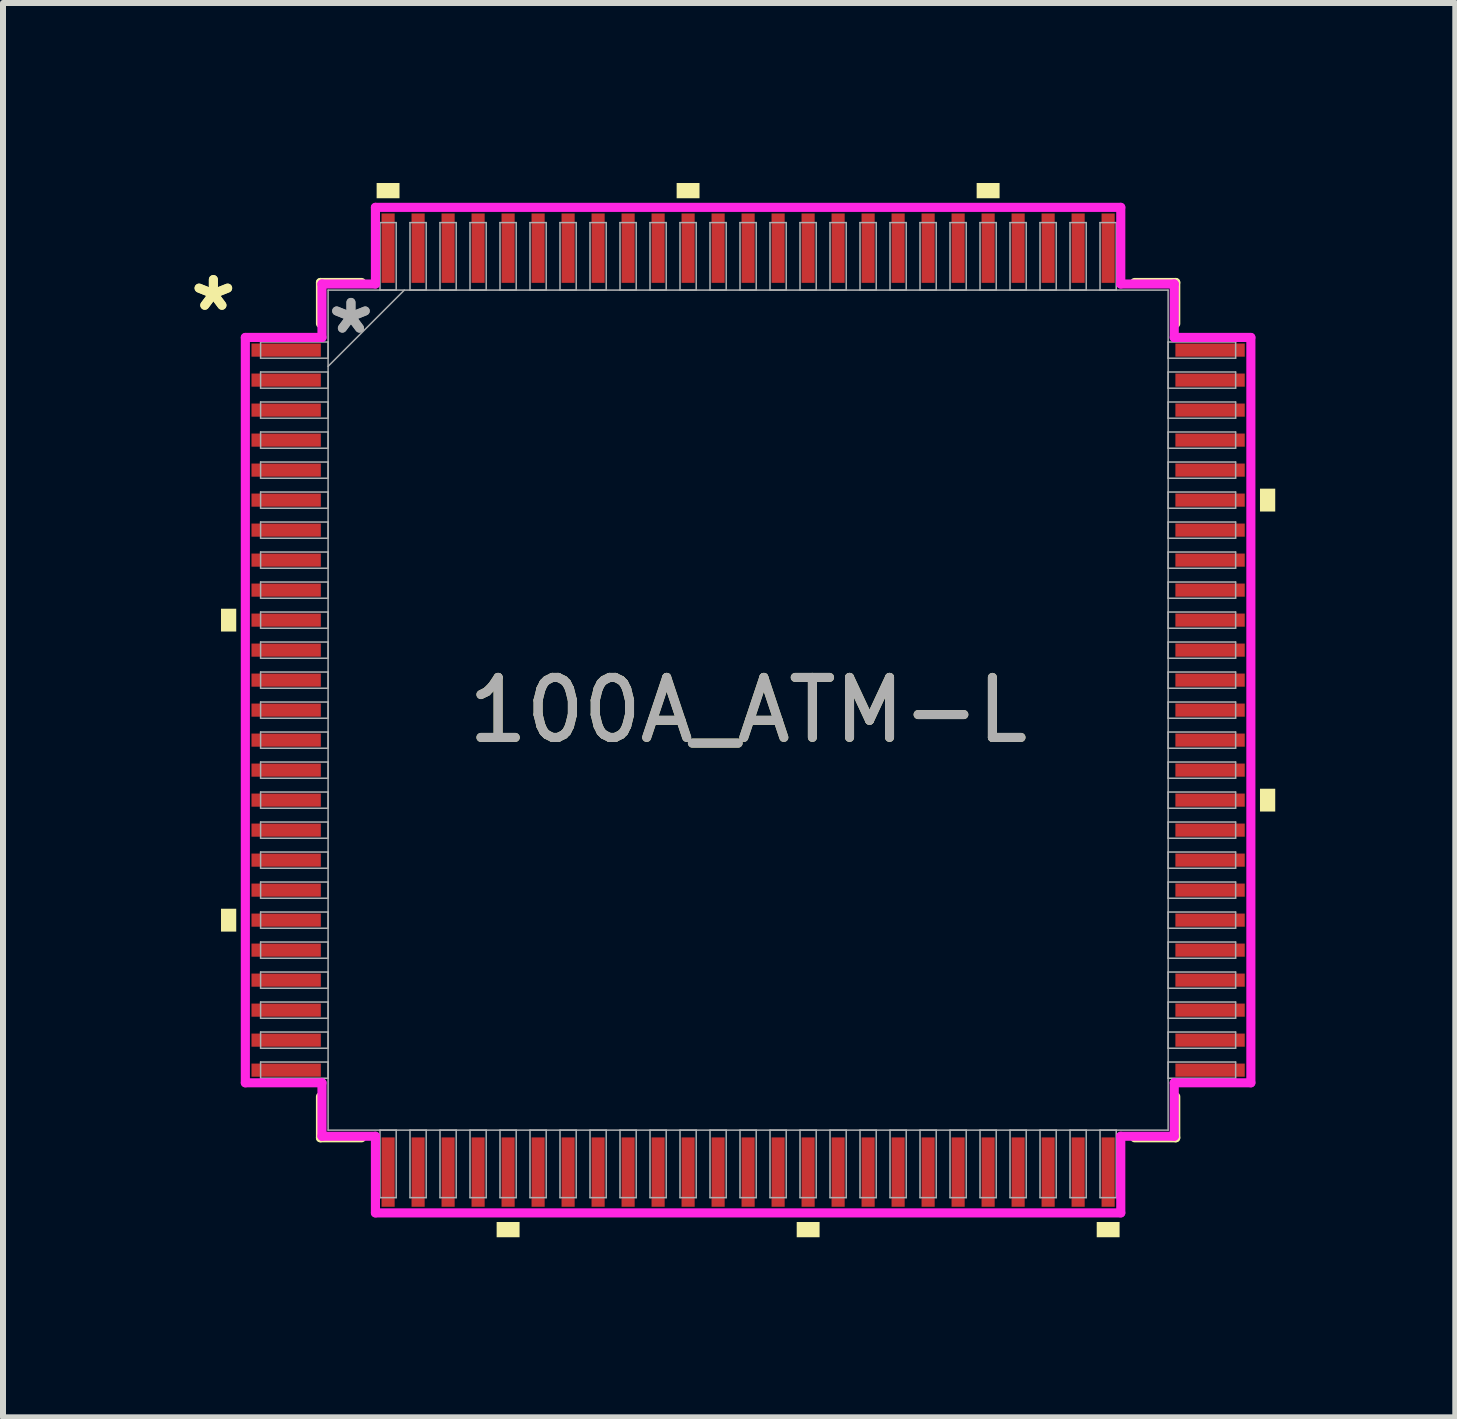
<source format=kicad_pcb>
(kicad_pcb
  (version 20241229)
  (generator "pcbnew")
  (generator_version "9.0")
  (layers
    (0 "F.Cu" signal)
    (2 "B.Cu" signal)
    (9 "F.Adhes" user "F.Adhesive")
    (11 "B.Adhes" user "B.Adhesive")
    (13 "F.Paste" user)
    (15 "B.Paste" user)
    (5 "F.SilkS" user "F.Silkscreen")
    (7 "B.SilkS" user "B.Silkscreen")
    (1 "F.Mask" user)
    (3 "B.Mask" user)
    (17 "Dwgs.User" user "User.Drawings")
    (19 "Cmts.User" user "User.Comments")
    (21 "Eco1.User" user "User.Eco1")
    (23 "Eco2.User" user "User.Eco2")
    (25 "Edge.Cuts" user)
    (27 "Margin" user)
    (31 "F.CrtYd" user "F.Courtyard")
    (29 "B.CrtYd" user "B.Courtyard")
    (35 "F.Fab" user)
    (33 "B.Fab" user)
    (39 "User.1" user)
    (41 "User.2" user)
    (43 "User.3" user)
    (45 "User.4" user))
  (footprint "100A_ATM-L"
    (layer "F.Cu")
    (at 9.418 8.785)
    (property "Reference" "100A_ATM-L" (at 0 0 0) (unlocked yes) (layer "F.SilkS") (effects (font (size 1 1) (thickness 0.15))))
    (attr smd)
    (fp_line (start -7.127 -7.127) (end -7.127 -6.442) (stroke (width 0.152) (type solid)) (layer "F.SilkS"))
    (fp_line (start -7.127 6.442) (end -7.127 7.127) (stroke (width 0.152) (type solid)) (layer "F.SilkS"))
    (fp_line (start -7.127 7.127) (end -6.442 7.127) (stroke (width 0.152) (type solid)) (layer "F.SilkS"))
    (fp_line (start -6.442 -7.127) (end -7.127 -7.127) (stroke (width 0.152) (type solid)) (layer "F.SilkS"))
    (fp_line (start 6.442 7.127) (end 7.127 7.127) (stroke (width 0.152) (type solid)) (layer "F.SilkS"))
    (fp_line (start 7.127 -7.127) (end 6.442 -7.127) (stroke (width 0.152) (type solid)) (layer "F.SilkS"))
    (fp_line (start 7.127 -6.442) (end 7.127 -7.127) (stroke (width 0.152) (type solid)) (layer "F.SilkS"))
    (fp_line (start 7.127 7.127) (end 7.127 6.442) (stroke (width 0.152) (type solid)) (layer "F.SilkS"))
    (fp_poly (pts (xy -8.785 -1.69) (xy -8.785 -1.31) (xy -8.531 -1.31) (xy -8.531 -1.69)) (stroke (width 0) (type solid)) (fill yes) (layer "F.SilkS"))
    (fp_poly (pts (xy -8.785 3.31) (xy -8.785 3.691) (xy -8.531 3.691) (xy -8.531 3.31)) (stroke (width 0) (type solid)) (fill yes) (layer "F.SilkS"))
    (fp_poly (pts (xy -6.191 -8.531) (xy -6.191 -8.785) (xy -5.81 -8.785) (xy -5.81 -8.531)) (stroke (width 0) (type solid)) (fill yes) (layer "F.SilkS"))
    (fp_poly (pts (xy -4.191 8.531) (xy -4.191 8.785) (xy -3.809 8.785) (xy -3.809 8.531)) (stroke (width 0) (type solid)) (fill yes) (layer "F.SilkS"))
    (fp_poly (pts (xy -1.191 -8.531) (xy -1.191 -8.785) (xy -0.81 -8.785) (xy -0.81 -8.531)) (stroke (width 0) (type solid)) (fill yes) (layer "F.SilkS"))
    (fp_poly (pts (xy 0.81 8.531) (xy 0.81 8.785) (xy 1.191 8.785) (xy 1.191 8.531)) (stroke (width 0) (type solid)) (fill yes) (layer "F.SilkS"))
    (fp_poly (pts (xy 3.809 -8.531) (xy 3.809 -8.785) (xy 4.191 -8.785) (xy 4.191 -8.531)) (stroke (width 0) (type solid)) (fill yes) (layer "F.SilkS"))
    (fp_poly (pts (xy 5.81 8.531) (xy 5.81 8.785) (xy 6.191 8.785) (xy 6.191 8.531)) (stroke (width 0) (type solid)) (fill yes) (layer "F.SilkS"))
    (fp_poly (pts (xy 8.785 -3.691) (xy 8.785 -3.31) (xy 8.531 -3.31) (xy 8.531 -3.691)) (stroke (width 0) (type solid)) (fill yes) (layer "F.SilkS"))
    (fp_poly (pts (xy 8.785 1.31) (xy 8.785 1.69) (xy 8.531 1.69) (xy 8.531 1.31)) (stroke (width 0) (type solid)) (fill yes) (layer "F.SilkS"))
    (fp_line (start -8.379 -6.211) (end -7.102 -6.211) (stroke (width 0.152) (type solid)) (layer "F.CrtYd"))
    (fp_line (start -8.379 6.211) (end -8.379 -6.211) (stroke (width 0.152) (type solid)) (layer "F.CrtYd"))
    (fp_line (start -7.102 -7.102) (end -6.211 -7.102) (stroke (width 0.152) (type solid)) (layer "F.CrtYd"))
    (fp_line (start -7.102 -6.211) (end -7.102 -7.102) (stroke (width 0.152) (type solid)) (layer "F.CrtYd"))
    (fp_line (start -7.102 6.211) (end -8.379 6.211) (stroke (width 0.152) (type solid)) (layer "F.CrtYd"))
    (fp_line (start -7.102 7.102) (end -7.102 6.211) (stroke (width 0.152) (type solid)) (layer "F.CrtYd"))
    (fp_line (start -7.102 7.102) (end -6.211 7.102) (stroke (width 0.152) (type solid)) (layer "F.CrtYd"))
    (fp_line (start -6.211 -8.379) (end 6.211 -8.379) (stroke (width 0.152) (type solid)) (layer "F.CrtYd"))
    (fp_line (start -6.211 -7.102) (end -6.211 -8.379) (stroke (width 0.152) (type solid)) (layer "F.CrtYd"))
    (fp_line (start -6.211 7.102) (end -6.211 8.379) (stroke (width 0.152) (type solid)) (layer "F.CrtYd"))
    (fp_line (start -6.211 8.379) (end 6.211 8.379) (stroke (width 0.152) (type solid)) (layer "F.CrtYd"))
    (fp_line (start 6.211 -8.379) (end 6.211 -7.102) (stroke (width 0.152) (type solid)) (layer "F.CrtYd"))
    (fp_line (start 6.211 -7.102) (end 7.102 -7.102) (stroke (width 0.152) (type solid)) (layer "F.CrtYd"))
    (fp_line (start 6.211 7.102) (end 7.102 7.102) (stroke (width 0.152) (type solid)) (layer "F.CrtYd"))
    (fp_line (start 6.211 8.379) (end 6.211 7.102) (stroke (width 0.152) (type solid)) (layer "F.CrtYd"))
    (fp_line (start 7.102 -6.211) (end 7.102 -7.102) (stroke (width 0.152) (type solid)) (layer "F.CrtYd"))
    (fp_line (start 7.102 6.211) (end 8.379 6.211) (stroke (width 0.152) (type solid)) (layer "F.CrtYd"))
    (fp_line (start 7.102 7.102) (end 7.102 6.211) (stroke (width 0.152) (type solid)) (layer "F.CrtYd"))
    (fp_line (start 8.379 -6.211) (end 7.102 -6.211) (stroke (width 0.152) (type solid)) (layer "F.CrtYd"))
    (fp_line (start 8.379 6.211) (end 8.379 -6.211) (stroke (width 0.152) (type solid)) (layer "F.CrtYd"))
    (fp_line (start -8.125 -6.135) (end -8.125 -5.865) (stroke (width 0.025) (type solid)) (layer "F.Fab"))
    (fp_line (start -8.125 -5.865) (end -7 -5.865) (stroke (width 0.025) (type solid)) (layer "F.Fab"))
    (fp_line (start -8.125 -5.635) (end -8.125 -5.365) (stroke (width 0.025) (type solid)) (layer "F.Fab"))
    (fp_line (start -8.125 -5.365) (end -7 -5.365) (stroke (width 0.025) (type solid)) (layer "F.Fab"))
    (fp_line (start -8.125 -5.135) (end -8.125 -4.865) (stroke (width 0.025) (type solid)) (layer "F.Fab"))
    (fp_line (start -8.125 -4.865) (end -7 -4.865) (stroke (width 0.025) (type solid)) (layer "F.Fab"))
    (fp_line (start -8.125 -4.635) (end -8.125 -4.365) (stroke (width 0.025) (type solid)) (layer "F.Fab"))
    (fp_line (start -8.125 -4.365) (end -7 -4.365) (stroke (width 0.025) (type solid)) (layer "F.Fab"))
    (fp_line (start -8.125 -4.135) (end -8.125 -3.865) (stroke (width 0.025) (type solid)) (layer "F.Fab"))
    (fp_line (start -8.125 -3.865) (end -7 -3.865) (stroke (width 0.025) (type solid)) (layer "F.Fab"))
    (fp_line (start -8.125 -3.635) (end -8.125 -3.365) (stroke (width 0.025) (type solid)) (layer "F.Fab"))
    (fp_line (start -8.125 -3.365) (end -7 -3.365) (stroke (width 0.025) (type solid)) (layer "F.Fab"))
    (fp_line (start -8.125 -3.135) (end -8.125 -2.865) (stroke (width 0.025) (type solid)) (layer "F.Fab"))
    (fp_line (start -8.125 -2.865) (end -7 -2.865) (stroke (width 0.025) (type solid)) (layer "F.Fab"))
    (fp_line (start -8.125 -2.635) (end -8.125 -2.365) (stroke (width 0.025) (type solid)) (layer "F.Fab"))
    (fp_line (start -8.125 -2.365) (end -7 -2.365) (stroke (width 0.025) (type solid)) (layer "F.Fab"))
    (fp_line (start -8.125 -2.135) (end -8.125 -1.865) (stroke (width 0.025) (type solid)) (layer "F.Fab"))
    (fp_line (start -8.125 -1.865) (end -7 -1.865) (stroke (width 0.025) (type solid)) (layer "F.Fab"))
    (fp_line (start -8.125 -1.635) (end -8.125 -1.365) (stroke (width 0.025) (type solid)) (layer "F.Fab"))
    (fp_line (start -8.125 -1.365) (end -7 -1.365) (stroke (width 0.025) (type solid)) (layer "F.Fab"))
    (fp_line (start -8.125 -1.135) (end -8.125 -0.865) (stroke (width 0.025) (type solid)) (layer "F.Fab"))
    (fp_line (start -8.125 -0.865) (end -7 -0.865) (stroke (width 0.025) (type solid)) (layer "F.Fab"))
    (fp_line (start -8.125 -0.635) (end -8.125 -0.365) (stroke (width 0.025) (type solid)) (layer "F.Fab"))
    (fp_line (start -8.125 -0.365) (end -7 -0.365) (stroke (width 0.025) (type solid)) (layer "F.Fab"))
    (fp_line (start -8.125 -0.135) (end -8.125 0.135) (stroke (width 0.025) (type solid)) (layer "F.Fab"))
    (fp_line (start -8.125 0.135) (end -7 0.135) (stroke (width 0.025) (type solid)) (layer "F.Fab"))
    (fp_line (start -8.125 0.365) (end -8.125 0.635) (stroke (width 0.025) (type solid)) (layer "F.Fab"))
    (fp_line (start -8.125 0.635) (end -7 0.635) (stroke (width 0.025) (type solid)) (layer "F.Fab"))
    (fp_line (start -8.125 0.865) (end -8.125 1.135) (stroke (width 0.025) (type solid)) (layer "F.Fab"))
    (fp_line (start -8.125 1.135) (end -7 1.135) (stroke (width 0.025) (type solid)) (layer "F.Fab"))
    (fp_line (start -8.125 1.365) (end -8.125 1.635) (stroke (width 0.025) (type solid)) (layer "F.Fab"))
    (fp_line (start -8.125 1.635) (end -7 1.635) (stroke (width 0.025) (type solid)) (layer "F.Fab"))
    (fp_line (start -8.125 1.865) (end -8.125 2.135) (stroke (width 0.025) (type solid)) (layer "F.Fab"))
    (fp_line (start -8.125 2.135) (end -7 2.135) (stroke (width 0.025) (type solid)) (layer "F.Fab"))
    (fp_line (start -8.125 2.365) (end -8.125 2.635) (stroke (width 0.025) (type solid)) (layer "F.Fab"))
    (fp_line (start -8.125 2.635) (end -7 2.635) (stroke (width 0.025) (type solid)) (layer "F.Fab"))
    (fp_line (start -8.125 2.865) (end -8.125 3.135) (stroke (width 0.025) (type solid)) (layer "F.Fab"))
    (fp_line (start -8.125 3.135) (end -7 3.135) (stroke (width 0.025) (type solid)) (layer "F.Fab"))
    (fp_line (start -8.125 3.365) (end -8.125 3.635) (stroke (width 0.025) (type solid)) (layer "F.Fab"))
    (fp_line (start -8.125 3.635) (end -7 3.635) (stroke (width 0.025) (type solid)) (layer "F.Fab"))
    (fp_line (start -8.125 3.865) (end -8.125 4.135) (stroke (width 0.025) (type solid)) (layer "F.Fab"))
    (fp_line (start -8.125 4.135) (end -7 4.135) (stroke (width 0.025) (type solid)) (layer "F.Fab"))
    (fp_line (start -8.125 4.365) (end -8.125 4.635) (stroke (width 0.025) (type solid)) (layer "F.Fab"))
    (fp_line (start -8.125 4.635) (end -7 4.635) (stroke (width 0.025) (type solid)) (layer "F.Fab"))
    (fp_line (start -8.125 4.865) (end -8.125 5.135) (stroke (width 0.025) (type solid)) (layer "F.Fab"))
    (fp_line (start -8.125 5.135) (end -7 5.135) (stroke (width 0.025) (type solid)) (layer "F.Fab"))
    (fp_line (start -8.125 5.365) (end -8.125 5.635) (stroke (width 0.025) (type solid)) (layer "F.Fab"))
    (fp_line (start -8.125 5.635) (end -7 5.635) (stroke (width 0.025) (type solid)) (layer "F.Fab"))
    (fp_line (start -8.125 5.865) (end -8.125 6.135) (stroke (width 0.025) (type solid)) (layer "F.Fab"))
    (fp_line (start -8.125 6.135) (end -7 6.135) (stroke (width 0.025) (type solid)) (layer "F.Fab"))
    (fp_line (start -7 -7) (end -7 7) (stroke (width 0.025) (type solid)) (layer "F.Fab"))
    (fp_line (start -7 -6.135) (end -8.125 -6.135) (stroke (width 0.025) (type solid)) (layer "F.Fab"))
    (fp_line (start -7 -5.865) (end -7 -6.135) (stroke (width 0.025) (type solid)) (layer "F.Fab"))
    (fp_line (start -7 -5.73) (end -5.73 -7) (stroke (width 0.025) (type solid)) (layer "F.Fab"))
    (fp_line (start -7 -5.635) (end -8.125 -5.635) (stroke (width 0.025) (type solid)) (layer "F.Fab"))
    (fp_line (start -7 -5.365) (end -7 -5.635) (stroke (width 0.025) (type solid)) (layer "F.Fab"))
    (fp_line (start -7 -5.135) (end -8.125 -5.135) (stroke (width 0.025) (type solid)) (layer "F.Fab"))
    (fp_line (start -7 -4.865) (end -7 -5.135) (stroke (width 0.025) (type solid)) (layer "F.Fab"))
    (fp_line (start -7 -4.635) (end -8.125 -4.635) (stroke (width 0.025) (type solid)) (layer "F.Fab"))
    (fp_line (start -7 -4.365) (end -7 -4.635) (stroke (width 0.025) (type solid)) (layer "F.Fab"))
    (fp_line (start -7 -4.135) (end -8.125 -4.135) (stroke (width 0.025) (type solid)) (layer "F.Fab"))
    (fp_line (start -7 -3.865) (end -7 -4.135) (stroke (width 0.025) (type solid)) (layer "F.Fab"))
    (fp_line (start -7 -3.635) (end -8.125 -3.635) (stroke (width 0.025) (type solid)) (layer "F.Fab"))
    (fp_line (start -7 -3.365) (end -7 -3.635) (stroke (width 0.025) (type solid)) (layer "F.Fab"))
    (fp_line (start -7 -3.135) (end -8.125 -3.135) (stroke (width 0.025) (type solid)) (layer "F.Fab"))
    (fp_line (start -7 -2.865) (end -7 -3.135) (stroke (width 0.025) (type solid)) (layer "F.Fab"))
    (fp_line (start -7 -2.635) (end -8.125 -2.635) (stroke (width 0.025) (type solid)) (layer "F.Fab"))
    (fp_line (start -7 -2.365) (end -7 -2.635) (stroke (width 0.025) (type solid)) (layer "F.Fab"))
    (fp_line (start -7 -2.135) (end -8.125 -2.135) (stroke (width 0.025) (type solid)) (layer "F.Fab"))
    (fp_line (start -7 -1.865) (end -7 -2.135) (stroke (width 0.025) (type solid)) (layer "F.Fab"))
    (fp_line (start -7 -1.635) (end -8.125 -1.635) (stroke (width 0.025) (type solid)) (layer "F.Fab"))
    (fp_line (start -7 -1.365) (end -7 -1.635) (stroke (width 0.025) (type solid)) (layer "F.Fab"))
    (fp_line (start -7 -1.135) (end -8.125 -1.135) (stroke (width 0.025) (type solid)) (layer "F.Fab"))
    (fp_line (start -7 -0.865) (end -7 -1.135) (stroke (width 0.025) (type solid)) (layer "F.Fab"))
    (fp_line (start -7 -0.635) (end -8.125 -0.635) (stroke (width 0.025) (type solid)) (layer "F.Fab"))
    (fp_line (start -7 -0.365) (end -7 -0.635) (stroke (width 0.025) (type solid)) (layer "F.Fab"))
    (fp_line (start -7 -0.135) (end -8.125 -0.135) (stroke (width 0.025) (type solid)) (layer "F.Fab"))
    (fp_line (start -7 0.135) (end -7 -0.135) (stroke (width 0.025) (type solid)) (layer "F.Fab"))
    (fp_line (start -7 0.365) (end -8.125 0.365) (stroke (width 0.025) (type solid)) (layer "F.Fab"))
    (fp_line (start -7 0.635) (end -7 0.365) (stroke (width 0.025) (type solid)) (layer "F.Fab"))
    (fp_line (start -7 0.865) (end -8.125 0.865) (stroke (width 0.025) (type solid)) (layer "F.Fab"))
    (fp_line (start -7 1.135) (end -7 0.865) (stroke (width 0.025) (type solid)) (layer "F.Fab"))
    (fp_line (start -7 1.365) (end -8.125 1.365) (stroke (width 0.025) (type solid)) (layer "F.Fab"))
    (fp_line (start -7 1.635) (end -7 1.365) (stroke (width 0.025) (type solid)) (layer "F.Fab"))
    (fp_line (start -7 1.865) (end -8.125 1.865) (stroke (width 0.025) (type solid)) (layer "F.Fab"))
    (fp_line (start -7 2.135) (end -7 1.865) (stroke (width 0.025) (type solid)) (layer "F.Fab"))
    (fp_line (start -7 2.365) (end -8.125 2.365) (stroke (width 0.025) (type solid)) (layer "F.Fab"))
    (fp_line (start -7 2.635) (end -7 2.365) (stroke (width 0.025) (type solid)) (layer "F.Fab"))
    (fp_line (start -7 2.865) (end -8.125 2.865) (stroke (width 0.025) (type solid)) (layer "F.Fab"))
    (fp_line (start -7 3.135) (end -7 2.865) (stroke (width 0.025) (type solid)) (layer "F.Fab"))
    (fp_line (start -7 3.365) (end -8.125 3.365) (stroke (width 0.025) (type solid)) (layer "F.Fab"))
    (fp_line (start -7 3.635) (end -7 3.365) (stroke (width 0.025) (type solid)) (layer "F.Fab"))
    (fp_line (start -7 3.865) (end -8.125 3.865) (stroke (width 0.025) (type solid)) (layer "F.Fab"))
    (fp_line (start -7 4.135) (end -7 3.865) (stroke (width 0.025) (type solid)) (layer "F.Fab"))
    (fp_line (start -7 4.365) (end -8.125 4.365) (stroke (width 0.025) (type solid)) (layer "F.Fab"))
    (fp_line (start -7 4.635) (end -7 4.365) (stroke (width 0.025) (type solid)) (layer "F.Fab"))
    (fp_line (start -7 4.865) (end -8.125 4.865) (stroke (width 0.025) (type solid)) (layer "F.Fab"))
    (fp_line (start -7 5.135) (end -7 4.865) (stroke (width 0.025) (type solid)) (layer "F.Fab"))
    (fp_line (start -7 5.365) (end -8.125 5.365) (stroke (width 0.025) (type solid)) (layer "F.Fab"))
    (fp_line (start -7 5.635) (end -7 5.365) (stroke (width 0.025) (type solid)) (layer "F.Fab"))
    (fp_line (start -7 5.865) (end -8.125 5.865) (stroke (width 0.025) (type solid)) (layer "F.Fab"))
    (fp_line (start -7 6.135) (end -7 5.865) (stroke (width 0.025) (type solid)) (layer "F.Fab"))
    (fp_line (start -7 7) (end 7 7) (stroke (width 0.025) (type solid)) (layer "F.Fab"))
    (fp_line (start -6.135 -8.125) (end -6.135 -7) (stroke (width 0.025) (type solid)) (layer "F.Fab"))
    (fp_line (start -6.135 -7) (end -5.865 -7) (stroke (width 0.025) (type solid)) (layer "F.Fab"))
    (fp_line (start -6.135 7) (end -6.135 8.125) (stroke (width 0.025) (type solid)) (layer "F.Fab"))
    (fp_line (start -6.135 8.125) (end -5.865 8.125) (stroke (width 0.025) (type solid)) (layer "F.Fab"))
    (fp_line (start -5.865 -8.125) (end -6.135 -8.125) (stroke (width 0.025) (type solid)) (layer "F.Fab"))
    (fp_line (start -5.865 -7) (end -5.865 -8.125) (stroke (width 0.025) (type solid)) (layer "F.Fab"))
    (fp_line (start -5.865 7) (end -6.135 7) (stroke (width 0.025) (type solid)) (layer "F.Fab"))
    (fp_line (start -5.865 8.125) (end -5.865 7) (stroke (width 0.025) (type solid)) (layer "F.Fab"))
    (fp_line (start -5.635 -8.125) (end -5.635 -7) (stroke (width 0.025) (type solid)) (layer "F.Fab"))
    (fp_line (start -5.635 -7) (end -5.365 -7) (stroke (width 0.025) (type solid)) (layer "F.Fab"))
    (fp_line (start -5.635 7) (end -5.635 8.125) (stroke (width 0.025) (type solid)) (layer "F.Fab"))
    (fp_line (start -5.635 8.125) (end -5.365 8.125) (stroke (width 0.025) (type solid)) (layer "F.Fab"))
    (fp_line (start -5.365 -8.125) (end -5.635 -8.125) (stroke (width 0.025) (type solid)) (layer "F.Fab"))
    (fp_line (start -5.365 -7) (end -5.365 -8.125) (stroke (width 0.025) (type solid)) (layer "F.Fab"))
    (fp_line (start -5.365 7) (end -5.635 7) (stroke (width 0.025) (type solid)) (layer "F.Fab"))
    (fp_line (start -5.365 8.125) (end -5.365 7) (stroke (width 0.025) (type solid)) (layer "F.Fab"))
    (fp_line (start -5.135 -8.125) (end -5.135 -7) (stroke (width 0.025) (type solid)) (layer "F.Fab"))
    (fp_line (start -5.135 -7) (end -4.865 -7) (stroke (width 0.025) (type solid)) (layer "F.Fab"))
    (fp_line (start -5.135 7) (end -5.135 8.125) (stroke (width 0.025) (type solid)) (layer "F.Fab"))
    (fp_line (start -5.135 8.125) (end -4.865 8.125) (stroke (width 0.025) (type solid)) (layer "F.Fab"))
    (fp_line (start -4.865 -8.125) (end -5.135 -8.125) (stroke (width 0.025) (type solid)) (layer "F.Fab"))
    (fp_line (start -4.865 -7) (end -4.865 -8.125) (stroke (width 0.025) (type solid)) (layer "F.Fab"))
    (fp_line (start -4.865 7) (end -5.135 7) (stroke (width 0.025) (type solid)) (layer "F.Fab"))
    (fp_line (start -4.865 8.125) (end -4.865 7) (stroke (width 0.025) (type solid)) (layer "F.Fab"))
    (fp_line (start -4.635 -8.125) (end -4.635 -7) (stroke (width 0.025) (type solid)) (layer "F.Fab"))
    (fp_line (start -4.635 -7) (end -4.365 -7) (stroke (width 0.025) (type solid)) (layer "F.Fab"))
    (fp_line (start -4.635 7) (end -4.635 8.125) (stroke (width 0.025) (type solid)) (layer "F.Fab"))
    (fp_line (start -4.635 8.125) (end -4.365 8.125) (stroke (width 0.025) (type solid)) (layer "F.Fab"))
    (fp_line (start -4.365 -8.125) (end -4.635 -8.125) (stroke (width 0.025) (type solid)) (layer "F.Fab"))
    (fp_line (start -4.365 -7) (end -4.365 -8.125) (stroke (width 0.025) (type solid)) (layer "F.Fab"))
    (fp_line (start -4.365 7) (end -4.635 7) (stroke (width 0.025) (type solid)) (layer "F.Fab"))
    (fp_line (start -4.365 8.125) (end -4.365 7) (stroke (width 0.025) (type solid)) (layer "F.Fab"))
    (fp_line (start -4.135 -8.125) (end -4.135 -7) (stroke (width 0.025) (type solid)) (layer "F.Fab"))
    (fp_line (start -4.135 -7) (end -3.865 -7) (stroke (width 0.025) (type solid)) (layer "F.Fab"))
    (fp_line (start -4.135 7) (end -4.135 8.125) (stroke (width 0.025) (type solid)) (layer "F.Fab"))
    (fp_line (start -4.135 8.125) (end -3.865 8.125) (stroke (width 0.025) (type solid)) (layer "F.Fab"))
    (fp_line (start -3.865 -8.125) (end -4.135 -8.125) (stroke (width 0.025) (type solid)) (layer "F.Fab"))
    (fp_line (start -3.865 -7) (end -3.865 -8.125) (stroke (width 0.025) (type solid)) (layer "F.Fab"))
    (fp_line (start -3.865 7) (end -4.135 7) (stroke (width 0.025) (type solid)) (layer "F.Fab"))
    (fp_line (start -3.865 8.125) (end -3.865 7) (stroke (width 0.025) (type solid)) (layer "F.Fab"))
    (fp_line (start -3.635 -8.125) (end -3.635 -7) (stroke (width 0.025) (type solid)) (layer "F.Fab"))
    (fp_line (start -3.635 -7) (end -3.365 -7) (stroke (width 0.025) (type solid)) (layer "F.Fab"))
    (fp_line (start -3.635 7) (end -3.635 8.125) (stroke (width 0.025) (type solid)) (layer "F.Fab"))
    (fp_line (start -3.635 8.125) (end -3.365 8.125) (stroke (width 0.025) (type solid)) (layer "F.Fab"))
    (fp_line (start -3.365 -8.125) (end -3.635 -8.125) (stroke (width 0.025) (type solid)) (layer "F.Fab"))
    (fp_line (start -3.365 -7) (end -3.365 -8.125) (stroke (width 0.025) (type solid)) (layer "F.Fab"))
    (fp_line (start -3.365 7) (end -3.635 7) (stroke (width 0.025) (type solid)) (layer "F.Fab"))
    (fp_line (start -3.365 8.125) (end -3.365 7) (stroke (width 0.025) (type solid)) (layer "F.Fab"))
    (fp_line (start -3.135 -8.125) (end -3.135 -7) (stroke (width 0.025) (type solid)) (layer "F.Fab"))
    (fp_line (start -3.135 -7) (end -2.865 -7) (stroke (width 0.025) (type solid)) (layer "F.Fab"))
    (fp_line (start -3.135 7) (end -3.135 8.125) (stroke (width 0.025) (type solid)) (layer "F.Fab"))
    (fp_line (start -3.135 8.125) (end -2.865 8.125) (stroke (width 0.025) (type solid)) (layer "F.Fab"))
    (fp_line (start -2.865 -8.125) (end -3.135 -8.125) (stroke (width 0.025) (type solid)) (layer "F.Fab"))
    (fp_line (start -2.865 -7) (end -2.865 -8.125) (stroke (width 0.025) (type solid)) (layer "F.Fab"))
    (fp_line (start -2.865 7) (end -3.135 7) (stroke (width 0.025) (type solid)) (layer "F.Fab"))
    (fp_line (start -2.865 8.125) (end -2.865 7) (stroke (width 0.025) (type solid)) (layer "F.Fab"))
    (fp_line (start -2.635 -8.125) (end -2.635 -7) (stroke (width 0.025) (type solid)) (layer "F.Fab"))
    (fp_line (start -2.635 -7) (end -2.365 -7) (stroke (width 0.025) (type solid)) (layer "F.Fab"))
    (fp_line (start -2.635 7) (end -2.635 8.125) (stroke (width 0.025) (type solid)) (layer "F.Fab"))
    (fp_line (start -2.635 8.125) (end -2.365 8.125) (stroke (width 0.025) (type solid)) (layer "F.Fab"))
    (fp_line (start -2.365 -8.125) (end -2.635 -8.125) (stroke (width 0.025) (type solid)) (layer "F.Fab"))
    (fp_line (start -2.365 -7) (end -2.365 -8.125) (stroke (width 0.025) (type solid)) (layer "F.Fab"))
    (fp_line (start -2.365 7) (end -2.635 7) (stroke (width 0.025) (type solid)) (layer "F.Fab"))
    (fp_line (start -2.365 8.125) (end -2.365 7) (stroke (width 0.025) (type solid)) (layer "F.Fab"))
    (fp_line (start -2.135 -8.125) (end -2.135 -7) (stroke (width 0.025) (type solid)) (layer "F.Fab"))
    (fp_line (start -2.135 -7) (end -1.865 -7) (stroke (width 0.025) (type solid)) (layer "F.Fab"))
    (fp_line (start -2.135 7) (end -2.135 8.125) (stroke (width 0.025) (type solid)) (layer "F.Fab"))
    (fp_line (start -2.135 8.125) (end -1.865 8.125) (stroke (width 0.025) (type solid)) (layer "F.Fab"))
    (fp_line (start -1.865 -8.125) (end -2.135 -8.125) (stroke (width 0.025) (type solid)) (layer "F.Fab"))
    (fp_line (start -1.865 -7) (end -1.865 -8.125) (stroke (width 0.025) (type solid)) (layer "F.Fab"))
    (fp_line (start -1.865 7) (end -2.135 7) (stroke (width 0.025) (type solid)) (layer "F.Fab"))
    (fp_line (start -1.865 8.125) (end -1.865 7) (stroke (width 0.025) (type solid)) (layer "F.Fab"))
    (fp_line (start -1.635 -8.125) (end -1.635 -7) (stroke (width 0.025) (type solid)) (layer "F.Fab"))
    (fp_line (start -1.635 -7) (end -1.365 -7) (stroke (width 0.025) (type solid)) (layer "F.Fab"))
    (fp_line (start -1.635 7) (end -1.635 8.125) (stroke (width 0.025) (type solid)) (layer "F.Fab"))
    (fp_line (start -1.635 8.125) (end -1.365 8.125) (stroke (width 0.025) (type solid)) (layer "F.Fab"))
    (fp_line (start -1.365 -8.125) (end -1.635 -8.125) (stroke (width 0.025) (type solid)) (layer "F.Fab"))
    (fp_line (start -1.365 -7) (end -1.365 -8.125) (stroke (width 0.025) (type solid)) (layer "F.Fab"))
    (fp_line (start -1.365 7) (end -1.635 7) (stroke (width 0.025) (type solid)) (layer "F.Fab"))
    (fp_line (start -1.365 8.125) (end -1.365 7) (stroke (width 0.025) (type solid)) (layer "F.Fab"))
    (fp_line (start -1.135 -8.125) (end -1.135 -7) (stroke (width 0.025) (type solid)) (layer "F.Fab"))
    (fp_line (start -1.135 -7) (end -0.865 -7) (stroke (width 0.025) (type solid)) (layer "F.Fab"))
    (fp_line (start -1.135 7) (end -1.135 8.125) (stroke (width 0.025) (type solid)) (layer "F.Fab"))
    (fp_line (start -1.135 8.125) (end -0.865 8.125) (stroke (width 0.025) (type solid)) (layer "F.Fab"))
    (fp_line (start -0.865 -8.125) (end -1.135 -8.125) (stroke (width 0.025) (type solid)) (layer "F.Fab"))
    (fp_line (start -0.865 -7) (end -0.865 -8.125) (stroke (width 0.025) (type solid)) (layer "F.Fab"))
    (fp_line (start -0.865 7) (end -1.135 7) (stroke (width 0.025) (type solid)) (layer "F.Fab"))
    (fp_line (start -0.865 8.125) (end -0.865 7) (stroke (width 0.025) (type solid)) (layer "F.Fab"))
    (fp_line (start -0.635 -8.125) (end -0.635 -7) (stroke (width 0.025) (type solid)) (layer "F.Fab"))
    (fp_line (start -0.635 -7) (end -0.365 -7) (stroke (width 0.025) (type solid)) (layer "F.Fab"))
    (fp_line (start -0.635 7) (end -0.635 8.125) (stroke (width 0.025) (type solid)) (layer "F.Fab"))
    (fp_line (start -0.635 8.125) (end -0.365 8.125) (stroke (width 0.025) (type solid)) (layer "F.Fab"))
    (fp_line (start -0.365 -8.125) (end -0.635 -8.125) (stroke (width 0.025) (type solid)) (layer "F.Fab"))
    (fp_line (start -0.365 -7) (end -0.365 -8.125) (stroke (width 0.025) (type solid)) (layer "F.Fab"))
    (fp_line (start -0.365 7) (end -0.635 7) (stroke (width 0.025) (type solid)) (layer "F.Fab"))
    (fp_line (start -0.365 8.125) (end -0.365 7) (stroke (width 0.025) (type solid)) (layer "F.Fab"))
    (fp_line (start -0.135 -8.125) (end -0.135 -7) (stroke (width 0.025) (type solid)) (layer "F.Fab"))
    (fp_line (start -0.135 -7) (end 0.135 -7) (stroke (width 0.025) (type solid)) (layer "F.Fab"))
    (fp_line (start -0.135 7) (end -0.135 8.125) (stroke (width 0.025) (type solid)) (layer "F.Fab"))
    (fp_line (start -0.135 8.125) (end 0.135 8.125) (stroke (width 0.025) (type solid)) (layer "F.Fab"))
    (fp_line (start 0.135 -8.125) (end -0.135 -8.125) (stroke (width 0.025) (type solid)) (layer "F.Fab"))
    (fp_line (start 0.135 -7) (end 0.135 -8.125) (stroke (width 0.025) (type solid)) (layer "F.Fab"))
    (fp_line (start 0.135 7) (end -0.135 7) (stroke (width 0.025) (type solid)) (layer "F.Fab"))
    (fp_line (start 0.135 8.125) (end 0.135 7) (stroke (width 0.025) (type solid)) (layer "F.Fab"))
    (fp_line (start 0.365 -8.125) (end 0.365 -7) (stroke (width 0.025) (type solid)) (layer "F.Fab"))
    (fp_line (start 0.365 -7) (end 0.635 -7) (stroke (width 0.025) (type solid)) (layer "F.Fab"))
    (fp_line (start 0.365 7) (end 0.365 8.125) (stroke (width 0.025) (type solid)) (layer "F.Fab"))
    (fp_line (start 0.365 8.125) (end 0.635 8.125) (stroke (width 0.025) (type solid)) (layer "F.Fab"))
    (fp_line (start 0.635 -8.125) (end 0.365 -8.125) (stroke (width 0.025) (type solid)) (layer "F.Fab"))
    (fp_line (start 0.635 -7) (end 0.635 -8.125) (stroke (width 0.025) (type solid)) (layer "F.Fab"))
    (fp_line (start 0.635 7) (end 0.365 7) (stroke (width 0.025) (type solid)) (layer "F.Fab"))
    (fp_line (start 0.635 8.125) (end 0.635 7) (stroke (width 0.025) (type solid)) (layer "F.Fab"))
    (fp_line (start 0.865 -8.125) (end 0.865 -7) (stroke (width 0.025) (type solid)) (layer "F.Fab"))
    (fp_line (start 0.865 -7) (end 1.135 -7) (stroke (width 0.025) (type solid)) (layer "F.Fab"))
    (fp_line (start 0.865 7) (end 0.865 8.125) (stroke (width 0.025) (type solid)) (layer "F.Fab"))
    (fp_line (start 0.865 8.125) (end 1.135 8.125) (stroke (width 0.025) (type solid)) (layer "F.Fab"))
    (fp_line (start 1.135 -8.125) (end 0.865 -8.125) (stroke (width 0.025) (type solid)) (layer "F.Fab"))
    (fp_line (start 1.135 -7) (end 1.135 -8.125) (stroke (width 0.025) (type solid)) (layer "F.Fab"))
    (fp_line (start 1.135 7) (end 0.865 7) (stroke (width 0.025) (type solid)) (layer "F.Fab"))
    (fp_line (start 1.135 8.125) (end 1.135 7) (stroke (width 0.025) (type solid)) (layer "F.Fab"))
    (fp_line (start 1.365 -8.125) (end 1.365 -7) (stroke (width 0.025) (type solid)) (layer "F.Fab"))
    (fp_line (start 1.365 -7) (end 1.635 -7) (stroke (width 0.025) (type solid)) (layer "F.Fab"))
    (fp_line (start 1.365 7) (end 1.365 8.125) (stroke (width 0.025) (type solid)) (layer "F.Fab"))
    (fp_line (start 1.365 8.125) (end 1.635 8.125) (stroke (width 0.025) (type solid)) (layer "F.Fab"))
    (fp_line (start 1.635 -8.125) (end 1.365 -8.125) (stroke (width 0.025) (type solid)) (layer "F.Fab"))
    (fp_line (start 1.635 -7) (end 1.635 -8.125) (stroke (width 0.025) (type solid)) (layer "F.Fab"))
    (fp_line (start 1.635 7) (end 1.365 7) (stroke (width 0.025) (type solid)) (layer "F.Fab"))
    (fp_line (start 1.635 8.125) (end 1.635 7) (stroke (width 0.025) (type solid)) (layer "F.Fab"))
    (fp_line (start 1.865 -8.125) (end 1.865 -7) (stroke (width 0.025) (type solid)) (layer "F.Fab"))
    (fp_line (start 1.865 -7) (end 2.135 -7) (stroke (width 0.025) (type solid)) (layer "F.Fab"))
    (fp_line (start 1.865 7) (end 1.865 8.125) (stroke (width 0.025) (type solid)) (layer "F.Fab"))
    (fp_line (start 1.865 8.125) (end 2.135 8.125) (stroke (width 0.025) (type solid)) (layer "F.Fab"))
    (fp_line (start 2.135 -8.125) (end 1.865 -8.125) (stroke (width 0.025) (type solid)) (layer "F.Fab"))
    (fp_line (start 2.135 -7) (end 2.135 -8.125) (stroke (width 0.025) (type solid)) (layer "F.Fab"))
    (fp_line (start 2.135 7) (end 1.865 7) (stroke (width 0.025) (type solid)) (layer "F.Fab"))
    (fp_line (start 2.135 8.125) (end 2.135 7) (stroke (width 0.025) (type solid)) (layer "F.Fab"))
    (fp_line (start 2.365 -8.125) (end 2.365 -7) (stroke (width 0.025) (type solid)) (layer "F.Fab"))
    (fp_line (start 2.365 -7) (end 2.635 -7) (stroke (width 0.025) (type solid)) (layer "F.Fab"))
    (fp_line (start 2.365 7) (end 2.365 8.125) (stroke (width 0.025) (type solid)) (layer "F.Fab"))
    (fp_line (start 2.365 8.125) (end 2.635 8.125) (stroke (width 0.025) (type solid)) (layer "F.Fab"))
    (fp_line (start 2.635 -8.125) (end 2.365 -8.125) (stroke (width 0.025) (type solid)) (layer "F.Fab"))
    (fp_line (start 2.635 -7) (end 2.635 -8.125) (stroke (width 0.025) (type solid)) (layer "F.Fab"))
    (fp_line (start 2.635 7) (end 2.365 7) (stroke (width 0.025) (type solid)) (layer "F.Fab"))
    (fp_line (start 2.635 8.125) (end 2.635 7) (stroke (width 0.025) (type solid)) (layer "F.Fab"))
    (fp_line (start 2.865 -8.125) (end 2.865 -7) (stroke (width 0.025) (type solid)) (layer "F.Fab"))
    (fp_line (start 2.865 -7) (end 3.135 -7) (stroke (width 0.025) (type solid)) (layer "F.Fab"))
    (fp_line (start 2.865 7) (end 2.865 8.125) (stroke (width 0.025) (type solid)) (layer "F.Fab"))
    (fp_line (start 2.865 8.125) (end 3.135 8.125) (stroke (width 0.025) (type solid)) (layer "F.Fab"))
    (fp_line (start 3.135 -8.125) (end 2.865 -8.125) (stroke (width 0.025) (type solid)) (layer "F.Fab"))
    (fp_line (start 3.135 -7) (end 3.135 -8.125) (stroke (width 0.025) (type solid)) (layer "F.Fab"))
    (fp_line (start 3.135 7) (end 2.865 7) (stroke (width 0.025) (type solid)) (layer "F.Fab"))
    (fp_line (start 3.135 8.125) (end 3.135 7) (stroke (width 0.025) (type solid)) (layer "F.Fab"))
    (fp_line (start 3.365 -8.125) (end 3.365 -7) (stroke (width 0.025) (type solid)) (layer "F.Fab"))
    (fp_line (start 3.365 -7) (end 3.635 -7) (stroke (width 0.025) (type solid)) (layer "F.Fab"))
    (fp_line (start 3.365 7) (end 3.365 8.125) (stroke (width 0.025) (type solid)) (layer "F.Fab"))
    (fp_line (start 3.365 8.125) (end 3.635 8.125) (stroke (width 0.025) (type solid)) (layer "F.Fab"))
    (fp_line (start 3.635 -8.125) (end 3.365 -8.125) (stroke (width 0.025) (type solid)) (layer "F.Fab"))
    (fp_line (start 3.635 -7) (end 3.635 -8.125) (stroke (width 0.025) (type solid)) (layer "F.Fab"))
    (fp_line (start 3.635 7) (end 3.365 7) (stroke (width 0.025) (type solid)) (layer "F.Fab"))
    (fp_line (start 3.635 8.125) (end 3.635 7) (stroke (width 0.025) (type solid)) (layer "F.Fab"))
    (fp_line (start 3.865 -8.125) (end 3.865 -7) (stroke (width 0.025) (type solid)) (layer "F.Fab"))
    (fp_line (start 3.865 -7) (end 4.135 -7) (stroke (width 0.025) (type solid)) (layer "F.Fab"))
    (fp_line (start 3.865 7) (end 3.865 8.125) (stroke (width 0.025) (type solid)) (layer "F.Fab"))
    (fp_line (start 3.865 8.125) (end 4.135 8.125) (stroke (width 0.025) (type solid)) (layer "F.Fab"))
    (fp_line (start 4.135 -8.125) (end 3.865 -8.125) (stroke (width 0.025) (type solid)) (layer "F.Fab"))
    (fp_line (start 4.135 -7) (end 4.135 -8.125) (stroke (width 0.025) (type solid)) (layer "F.Fab"))
    (fp_line (start 4.135 7) (end 3.865 7) (stroke (width 0.025) (type solid)) (layer "F.Fab"))
    (fp_line (start 4.135 8.125) (end 4.135 7) (stroke (width 0.025) (type solid)) (layer "F.Fab"))
    (fp_line (start 4.365 -8.125) (end 4.365 -7) (stroke (width 0.025) (type solid)) (layer "F.Fab"))
    (fp_line (start 4.365 -7) (end 4.635 -7) (stroke (width 0.025) (type solid)) (layer "F.Fab"))
    (fp_line (start 4.365 7) (end 4.365 8.125) (stroke (width 0.025) (type solid)) (layer "F.Fab"))
    (fp_line (start 4.365 8.125) (end 4.635 8.125) (stroke (width 0.025) (type solid)) (layer "F.Fab"))
    (fp_line (start 4.635 -8.125) (end 4.365 -8.125) (stroke (width 0.025) (type solid)) (layer "F.Fab"))
    (fp_line (start 4.635 -7) (end 4.635 -8.125) (stroke (width 0.025) (type solid)) (layer "F.Fab"))
    (fp_line (start 4.635 7) (end 4.365 7) (stroke (width 0.025) (type solid)) (layer "F.Fab"))
    (fp_line (start 4.635 8.125) (end 4.635 7) (stroke (width 0.025) (type solid)) (layer "F.Fab"))
    (fp_line (start 4.865 -8.125) (end 4.865 -7) (stroke (width 0.025) (type solid)) (layer "F.Fab"))
    (fp_line (start 4.865 -7) (end 5.135 -7) (stroke (width 0.025) (type solid)) (layer "F.Fab"))
    (fp_line (start 4.865 7) (end 4.865 8.125) (stroke (width 0.025) (type solid)) (layer "F.Fab"))
    (fp_line (start 4.865 8.125) (end 5.135 8.125) (stroke (width 0.025) (type solid)) (layer "F.Fab"))
    (fp_line (start 5.135 -8.125) (end 4.865 -8.125) (stroke (width 0.025) (type solid)) (layer "F.Fab"))
    (fp_line (start 5.135 -7) (end 5.135 -8.125) (stroke (width 0.025) (type solid)) (layer "F.Fab"))
    (fp_line (start 5.135 7) (end 4.865 7) (stroke (width 0.025) (type solid)) (layer "F.Fab"))
    (fp_line (start 5.135 8.125) (end 5.135 7) (stroke (width 0.025) (type solid)) (layer "F.Fab"))
    (fp_line (start 5.365 -8.125) (end 5.365 -7) (stroke (width 0.025) (type solid)) (layer "F.Fab"))
    (fp_line (start 5.365 -7) (end 5.635 -7) (stroke (width 0.025) (type solid)) (layer "F.Fab"))
    (fp_line (start 5.365 7) (end 5.365 8.125) (stroke (width 0.025) (type solid)) (layer "F.Fab"))
    (fp_line (start 5.365 8.125) (end 5.635 8.125) (stroke (width 0.025) (type solid)) (layer "F.Fab"))
    (fp_line (start 5.635 -8.125) (end 5.365 -8.125) (stroke (width 0.025) (type solid)) (layer "F.Fab"))
    (fp_line (start 5.635 -7) (end 5.635 -8.125) (stroke (width 0.025) (type solid)) (layer "F.Fab"))
    (fp_line (start 5.635 7) (end 5.365 7) (stroke (width 0.025) (type solid)) (layer "F.Fab"))
    (fp_line (start 5.635 8.125) (end 5.635 7) (stroke (width 0.025) (type solid)) (layer "F.Fab"))
    (fp_line (start 5.865 -8.125) (end 5.865 -7) (stroke (width 0.025) (type solid)) (layer "F.Fab"))
    (fp_line (start 5.865 -7) (end 6.135 -7) (stroke (width 0.025) (type solid)) (layer "F.Fab"))
    (fp_line (start 5.865 7) (end 5.865 8.125) (stroke (width 0.025) (type solid)) (layer "F.Fab"))
    (fp_line (start 5.865 8.125) (end 6.135 8.125) (stroke (width 0.025) (type solid)) (layer "F.Fab"))
    (fp_line (start 6.135 -8.125) (end 5.865 -8.125) (stroke (width 0.025) (type solid)) (layer "F.Fab"))
    (fp_line (start 6.135 -7) (end 6.135 -8.125) (stroke (width 0.025) (type solid)) (layer "F.Fab"))
    (fp_line (start 6.135 7) (end 5.865 7) (stroke (width 0.025) (type solid)) (layer "F.Fab"))
    (fp_line (start 6.135 8.125) (end 6.135 7) (stroke (width 0.025) (type solid)) (layer "F.Fab"))
    (fp_line (start 7 -7) (end -7 -7) (stroke (width 0.025) (type solid)) (layer "F.Fab"))
    (fp_line (start 7 -6.135) (end 7 -5.865) (stroke (width 0.025) (type solid)) (layer "F.Fab"))
    (fp_line (start 7 -5.865) (end 8.125 -5.865) (stroke (width 0.025) (type solid)) (layer "F.Fab"))
    (fp_line (start 7 -5.635) (end 7 -5.365) (stroke (width 0.025) (type solid)) (layer "F.Fab"))
    (fp_line (start 7 -5.365) (end 8.125 -5.365) (stroke (width 0.025) (type solid)) (layer "F.Fab"))
    (fp_line (start 7 -5.135) (end 7 -4.865) (stroke (width 0.025) (type solid)) (layer "F.Fab"))
    (fp_line (start 7 -4.865) (end 8.125 -4.865) (stroke (width 0.025) (type solid)) (layer "F.Fab"))
    (fp_line (start 7 -4.635) (end 7 -4.365) (stroke (width 0.025) (type solid)) (layer "F.Fab"))
    (fp_line (start 7 -4.365) (end 8.125 -4.365) (stroke (width 0.025) (type solid)) (layer "F.Fab"))
    (fp_line (start 7 -4.135) (end 7 -3.865) (stroke (width 0.025) (type solid)) (layer "F.Fab"))
    (fp_line (start 7 -3.865) (end 8.125 -3.865) (stroke (width 0.025) (type solid)) (layer "F.Fab"))
    (fp_line (start 7 -3.635) (end 7 -3.365) (stroke (width 0.025) (type solid)) (layer "F.Fab"))
    (fp_line (start 7 -3.365) (end 8.125 -3.365) (stroke (width 0.025) (type solid)) (layer "F.Fab"))
    (fp_line (start 7 -3.135) (end 7 -2.865) (stroke (width 0.025) (type solid)) (layer "F.Fab"))
    (fp_line (start 7 -2.865) (end 8.125 -2.865) (stroke (width 0.025) (type solid)) (layer "F.Fab"))
    (fp_line (start 7 -2.635) (end 7 -2.365) (stroke (width 0.025) (type solid)) (layer "F.Fab"))
    (fp_line (start 7 -2.365) (end 8.125 -2.365) (stroke (width 0.025) (type solid)) (layer "F.Fab"))
    (fp_line (start 7 -2.135) (end 7 -1.865) (stroke (width 0.025) (type solid)) (layer "F.Fab"))
    (fp_line (start 7 -1.865) (end 8.125 -1.865) (stroke (width 0.025) (type solid)) (layer "F.Fab"))
    (fp_line (start 7 -1.635) (end 7 -1.365) (stroke (width 0.025) (type solid)) (layer "F.Fab"))
    (fp_line (start 7 -1.365) (end 8.125 -1.365) (stroke (width 0.025) (type solid)) (layer "F.Fab"))
    (fp_line (start 7 -1.135) (end 7 -0.865) (stroke (width 0.025) (type solid)) (layer "F.Fab"))
    (fp_line (start 7 -0.865) (end 8.125 -0.865) (stroke (width 0.025) (type solid)) (layer "F.Fab"))
    (fp_line (start 7 -0.635) (end 7 -0.365) (stroke (width 0.025) (type solid)) (layer "F.Fab"))
    (fp_line (start 7 -0.365) (end 8.125 -0.365) (stroke (width 0.025) (type solid)) (layer "F.Fab"))
    (fp_line (start 7 -0.135) (end 7 0.135) (stroke (width 0.025) (type solid)) (layer "F.Fab"))
    (fp_line (start 7 0.135) (end 8.125 0.135) (stroke (width 0.025) (type solid)) (layer "F.Fab"))
    (fp_line (start 7 0.365) (end 7 0.635) (stroke (width 0.025) (type solid)) (layer "F.Fab"))
    (fp_line (start 7 0.635) (end 8.125 0.635) (stroke (width 0.025) (type solid)) (layer "F.Fab"))
    (fp_line (start 7 0.865) (end 7 1.135) (stroke (width 0.025) (type solid)) (layer "F.Fab"))
    (fp_line (start 7 1.135) (end 8.125 1.135) (stroke (width 0.025) (type solid)) (layer "F.Fab"))
    (fp_line (start 7 1.365) (end 7 1.635) (stroke (width 0.025) (type solid)) (layer "F.Fab"))
    (fp_line (start 7 1.635) (end 8.125 1.635) (stroke (width 0.025) (type solid)) (layer "F.Fab"))
    (fp_line (start 7 1.865) (end 7 2.135) (stroke (width 0.025) (type solid)) (layer "F.Fab"))
    (fp_line (start 7 2.135) (end 8.125 2.135) (stroke (width 0.025) (type solid)) (layer "F.Fab"))
    (fp_line (start 7 2.365) (end 7 2.635) (stroke (width 0.025) (type solid)) (layer "F.Fab"))
    (fp_line (start 7 2.635) (end 8.125 2.635) (stroke (width 0.025) (type solid)) (layer "F.Fab"))
    (fp_line (start 7 2.865) (end 7 3.135) (stroke (width 0.025) (type solid)) (layer "F.Fab"))
    (fp_line (start 7 3.135) (end 8.125 3.135) (stroke (width 0.025) (type solid)) (layer "F.Fab"))
    (fp_line (start 7 3.365) (end 7 3.635) (stroke (width 0.025) (type solid)) (layer "F.Fab"))
    (fp_line (start 7 3.635) (end 8.125 3.635) (stroke (width 0.025) (type solid)) (layer "F.Fab"))
    (fp_line (start 7 3.865) (end 7 4.135) (stroke (width 0.025) (type solid)) (layer "F.Fab"))
    (fp_line (start 7 4.135) (end 8.125 4.135) (stroke (width 0.025) (type solid)) (layer "F.Fab"))
    (fp_line (start 7 4.365) (end 7 4.635) (stroke (width 0.025) (type solid)) (layer "F.Fab"))
    (fp_line (start 7 4.635) (end 8.125 4.635) (stroke (width 0.025) (type solid)) (layer "F.Fab"))
    (fp_line (start 7 4.865) (end 7 5.135) (stroke (width 0.025) (type solid)) (layer "F.Fab"))
    (fp_line (start 7 5.135) (end 8.125 5.135) (stroke (width 0.025) (type solid)) (layer "F.Fab"))
    (fp_line (start 7 5.365) (end 7 5.635) (stroke (width 0.025) (type solid)) (layer "F.Fab"))
    (fp_line (start 7 5.635) (end 8.125 5.635) (stroke (width 0.025) (type solid)) (layer "F.Fab"))
    (fp_line (start 7 5.865) (end 7 6.135) (stroke (width 0.025) (type solid)) (layer "F.Fab"))
    (fp_line (start 7 6.135) (end 8.125 6.135) (stroke (width 0.025) (type solid)) (layer "F.Fab"))
    (fp_line (start 7 7) (end 7 -7) (stroke (width 0.025) (type solid)) (layer "F.Fab"))
    (fp_line (start 8.125 -6.135) (end 7 -6.135) (stroke (width 0.025) (type solid)) (layer "F.Fab"))
    (fp_line (start 8.125 -5.865) (end 8.125 -6.135) (stroke (width 0.025) (type solid)) (layer "F.Fab"))
    (fp_line (start 8.125 -5.635) (end 7 -5.635) (stroke (width 0.025) (type solid)) (layer "F.Fab"))
    (fp_line (start 8.125 -5.365) (end 8.125 -5.635) (stroke (width 0.025) (type solid)) (layer "F.Fab"))
    (fp_line (start 8.125 -5.135) (end 7 -5.135) (stroke (width 0.025) (type solid)) (layer "F.Fab"))
    (fp_line (start 8.125 -4.865) (end 8.125 -5.135) (stroke (width 0.025) (type solid)) (layer "F.Fab"))
    (fp_line (start 8.125 -4.635) (end 7 -4.635) (stroke (width 0.025) (type solid)) (layer "F.Fab"))
    (fp_line (start 8.125 -4.365) (end 8.125 -4.635) (stroke (width 0.025) (type solid)) (layer "F.Fab"))
    (fp_line (start 8.125 -4.135) (end 7 -4.135) (stroke (width 0.025) (type solid)) (layer "F.Fab"))
    (fp_line (start 8.125 -3.865) (end 8.125 -4.135) (stroke (width 0.025) (type solid)) (layer "F.Fab"))
    (fp_line (start 8.125 -3.635) (end 7 -3.635) (stroke (width 0.025) (type solid)) (layer "F.Fab"))
    (fp_line (start 8.125 -3.365) (end 8.125 -3.635) (stroke (width 0.025) (type solid)) (layer "F.Fab"))
    (fp_line (start 8.125 -3.135) (end 7 -3.135) (stroke (width 0.025) (type solid)) (layer "F.Fab"))
    (fp_line (start 8.125 -2.865) (end 8.125 -3.135) (stroke (width 0.025) (type solid)) (layer "F.Fab"))
    (fp_line (start 8.125 -2.635) (end 7 -2.635) (stroke (width 0.025) (type solid)) (layer "F.Fab"))
    (fp_line (start 8.125 -2.365) (end 8.125 -2.635) (stroke (width 0.025) (type solid)) (layer "F.Fab"))
    (fp_line (start 8.125 -2.135) (end 7 -2.135) (stroke (width 0.025) (type solid)) (layer "F.Fab"))
    (fp_line (start 8.125 -1.865) (end 8.125 -2.135) (stroke (width 0.025) (type solid)) (layer "F.Fab"))
    (fp_line (start 8.125 -1.635) (end 7 -1.635) (stroke (width 0.025) (type solid)) (layer "F.Fab"))
    (fp_line (start 8.125 -1.365) (end 8.125 -1.635) (stroke (width 0.025) (type solid)) (layer "F.Fab"))
    (fp_line (start 8.125 -1.135) (end 7 -1.135) (stroke (width 0.025) (type solid)) (layer "F.Fab"))
    (fp_line (start 8.125 -0.865) (end 8.125 -1.135) (stroke (width 0.025) (type solid)) (layer "F.Fab"))
    (fp_line (start 8.125 -0.635) (end 7 -0.635) (stroke (width 0.025) (type solid)) (layer "F.Fab"))
    (fp_line (start 8.125 -0.365) (end 8.125 -0.635) (stroke (width 0.025) (type solid)) (layer "F.Fab"))
    (fp_line (start 8.125 -0.135) (end 7 -0.135) (stroke (width 0.025) (type solid)) (layer "F.Fab"))
    (fp_line (start 8.125 0.135) (end 8.125 -0.135) (stroke (width 0.025) (type solid)) (layer "F.Fab"))
    (fp_line (start 8.125 0.365) (end 7 0.365) (stroke (width 0.025) (type solid)) (layer "F.Fab"))
    (fp_line (start 8.125 0.635) (end 8.125 0.365) (stroke (width 0.025) (type solid)) (layer "F.Fab"))
    (fp_line (start 8.125 0.865) (end 7 0.865) (stroke (width 0.025) (type solid)) (layer "F.Fab"))
    (fp_line (start 8.125 1.135) (end 8.125 0.865) (stroke (width 0.025) (type solid)) (layer "F.Fab"))
    (fp_line (start 8.125 1.365) (end 7 1.365) (stroke (width 0.025) (type solid)) (layer "F.Fab"))
    (fp_line (start 8.125 1.635) (end 8.125 1.365) (stroke (width 0.025) (type solid)) (layer "F.Fab"))
    (fp_line (start 8.125 1.865) (end 7 1.865) (stroke (width 0.025) (type solid)) (layer "F.Fab"))
    (fp_line (start 8.125 2.135) (end 8.125 1.865) (stroke (width 0.025) (type solid)) (layer "F.Fab"))
    (fp_line (start 8.125 2.365) (end 7 2.365) (stroke (width 0.025) (type solid)) (layer "F.Fab"))
    (fp_line (start 8.125 2.635) (end 8.125 2.365) (stroke (width 0.025) (type solid)) (layer "F.Fab"))
    (fp_line (start 8.125 2.865) (end 7 2.865) (stroke (width 0.025) (type solid)) (layer "F.Fab"))
    (fp_line (start 8.125 3.135) (end 8.125 2.865) (stroke (width 0.025) (type solid)) (layer "F.Fab"))
    (fp_line (start 8.125 3.365) (end 7 3.365) (stroke (width 0.025) (type solid)) (layer "F.Fab"))
    (fp_line (start 8.125 3.635) (end 8.125 3.365) (stroke (width 0.025) (type solid)) (layer "F.Fab"))
    (fp_line (start 8.125 3.865) (end 7 3.865) (stroke (width 0.025) (type solid)) (layer "F.Fab"))
    (fp_line (start 8.125 4.135) (end 8.125 3.865) (stroke (width 0.025) (type solid)) (layer "F.Fab"))
    (fp_line (start 8.125 4.365) (end 7 4.365) (stroke (width 0.025) (type solid)) (layer "F.Fab"))
    (fp_line (start 8.125 4.635) (end 8.125 4.365) (stroke (width 0.025) (type solid)) (layer "F.Fab"))
    (fp_line (start 8.125 4.865) (end 7 4.865) (stroke (width 0.025) (type solid)) (layer "F.Fab"))
    (fp_line (start 8.125 5.135) (end 8.125 4.865) (stroke (width 0.025) (type solid)) (layer "F.Fab"))
    (fp_line (start 8.125 5.365) (end 7 5.365) (stroke (width 0.025) (type solid)) (layer "F.Fab"))
    (fp_line (start 8.125 5.635) (end 8.125 5.365) (stroke (width 0.025) (type solid)) (layer "F.Fab"))
    (fp_line (start 8.125 5.865) (end 7 5.865) (stroke (width 0.025) (type solid)) (layer "F.Fab"))
    (fp_line (start 8.125 6.135) (end 8.125 5.865) (stroke (width 0.025) (type solid)) (layer "F.Fab"))
    (fp_text user "*" (at -8.912 -6.631 0) (unlocked yes) (layer "F.SilkS") (effects (font (size 1 1) (thickness 0.15))))
    (fp_text user "*" (at -8.912 -6.631 0) (layer "F.SilkS") (effects (font (size 1 1) (thickness 0.15))))
    (fp_text user "${REFERENCE}" (at 0 0 0) (unlocked yes) (layer "F.Fab") (effects (font (size 1 1) (thickness 0.15))))
    (fp_text user "*" (at -6.619 -6.25 0) (layer "F.Fab") (effects (font (size 1 1) (thickness 0.15))))
    (fp_text user "*" (at -6.619 -6.25 0) (unlocked yes) (layer "F.Fab") (effects (font (size 1 1) (thickness 0.15))))
    (pad "1" smd rect (at -7.699 -6 90) (size 0.219 1.156) (layers "F.Cu" "F.Mask" "F.Paste"))
    (pad "2" smd rect (at -7.699 -5.5 90) (size 0.219 1.156) (layers "F.Cu" "F.Mask" "F.Paste"))
    (pad "3" smd rect (at -7.699 -5 90) (size 0.219 1.156) (layers "F.Cu" "F.Mask" "F.Paste"))
    (pad "4" smd rect (at -7.699 -4.5 90) (size 0.219 1.156) (layers "F.Cu" "F.Mask" "F.Paste"))
    (pad "5" smd rect (at -7.699 -4 90) (size 0.219 1.156) (layers "F.Cu" "F.Mask" "F.Paste"))
    (pad "6" smd rect (at -7.699 -3.5 90) (size 0.219 1.156) (layers "F.Cu" "F.Mask" "F.Paste"))
    (pad "7" smd rect (at -7.699 -3 90) (size 0.219 1.156) (layers "F.Cu" "F.Mask" "F.Paste"))
    (pad "8" smd rect (at -7.699 -2.5 90) (size 0.219 1.156) (layers "F.Cu" "F.Mask" "F.Paste"))
    (pad "9" smd rect (at -7.699 -2 90) (size 0.219 1.156) (layers "F.Cu" "F.Mask" "F.Paste"))
    (pad "10" smd rect (at -7.699 -1.5 90) (size 0.219 1.156) (layers "F.Cu" "F.Mask" "F.Paste"))
    (pad "11" smd rect (at -7.699 -1 90) (size 0.219 1.156) (layers "F.Cu" "F.Mask" "F.Paste"))
    (pad "12" smd rect (at -7.699 -0.5 90) (size 0.219 1.156) (layers "F.Cu" "F.Mask" "F.Paste"))
    (pad "13" smd rect (at -7.699 0 90) (size 0.219 1.156) (layers "F.Cu" "F.Mask" "F.Paste"))
    (pad "14" smd rect (at -7.699 0.5 90) (size 0.219 1.156) (layers "F.Cu" "F.Mask" "F.Paste"))
    (pad "15" smd rect (at -7.699 1 90) (size 0.219 1.156) (layers "F.Cu" "F.Mask" "F.Paste"))
    (pad "16" smd rect (at -7.699 1.5 90) (size 0.219 1.156) (layers "F.Cu" "F.Mask" "F.Paste"))
    (pad "17" smd rect (at -7.699 2 90) (size 0.219 1.156) (layers "F.Cu" "F.Mask" "F.Paste"))
    (pad "18" smd rect (at -7.699 2.5 90) (size 0.219 1.156) (layers "F.Cu" "F.Mask" "F.Paste"))
    (pad "19" smd rect (at -7.699 3 90) (size 0.219 1.156) (layers "F.Cu" "F.Mask" "F.Paste"))
    (pad "20" smd rect (at -7.699 3.5 90) (size 0.219 1.156) (layers "F.Cu" "F.Mask" "F.Paste"))
    (pad "21" smd rect (at -7.699 4 90) (size 0.219 1.156) (layers "F.Cu" "F.Mask" "F.Paste"))
    (pad "22" smd rect (at -7.699 4.5 90) (size 0.219 1.156) (layers "F.Cu" "F.Mask" "F.Paste"))
    (pad "23" smd rect (at -7.699 5 90) (size 0.219 1.156) (layers "F.Cu" "F.Mask" "F.Paste"))
    (pad "24" smd rect (at -7.699 5.5 90) (size 0.219 1.156) (layers "F.Cu" "F.Mask" "F.Paste"))
    (pad "25" smd rect (at -7.699 6 90) (size 0.219 1.156) (layers "F.Cu" "F.Mask" "F.Paste"))
    (pad "26" smd rect (at -6 7.699) (size 0.219 1.156) (layers "F.Cu" "F.Mask" "F.Paste"))
    (pad "27" smd rect (at -5.5 7.699) (size 0.219 1.156) (layers "F.Cu" "F.Mask" "F.Paste"))
    (pad "28" smd rect (at -5 7.699) (size 0.219 1.156) (layers "F.Cu" "F.Mask" "F.Paste"))
    (pad "29" smd rect (at -4.5 7.699) (size 0.219 1.156) (layers "F.Cu" "F.Mask" "F.Paste"))
    (pad "30" smd rect (at -4 7.699) (size 0.219 1.156) (layers "F.Cu" "F.Mask" "F.Paste"))
    (pad "31" smd rect (at -3.5 7.699) (size 0.219 1.156) (layers "F.Cu" "F.Mask" "F.Paste"))
    (pad "32" smd rect (at -3 7.699) (size 0.219 1.156) (layers "F.Cu" "F.Mask" "F.Paste"))
    (pad "33" smd rect (at -2.5 7.699) (size 0.219 1.156) (layers "F.Cu" "F.Mask" "F.Paste"))
    (pad "34" smd rect (at -2 7.699) (size 0.219 1.156) (layers "F.Cu" "F.Mask" "F.Paste"))
    (pad "35" smd rect (at -1.5 7.699) (size 0.219 1.156) (layers "F.Cu" "F.Mask" "F.Paste"))
    (pad "36" smd rect (at -1 7.699) (size 0.219 1.156) (layers "F.Cu" "F.Mask" "F.Paste"))
    (pad "37" smd rect (at -0.5 7.699) (size 0.219 1.156) (layers "F.Cu" "F.Mask" "F.Paste"))
    (pad "38" smd rect (at 0 7.699) (size 0.219 1.156) (layers "F.Cu" "F.Mask" "F.Paste"))
    (pad "39" smd rect (at 0.5 7.699) (size 0.219 1.156) (layers "F.Cu" "F.Mask" "F.Paste"))
    (pad "40" smd rect (at 1 7.699) (size 0.219 1.156) (layers "F.Cu" "F.Mask" "F.Paste"))
    (pad "41" smd rect (at 1.5 7.699) (size 0.219 1.156) (layers "F.Cu" "F.Mask" "F.Paste"))
    (pad "42" smd rect (at 2 7.699) (size 0.219 1.156) (layers "F.Cu" "F.Mask" "F.Paste"))
    (pad "43" smd rect (at 2.5 7.699) (size 0.219 1.156) (layers "F.Cu" "F.Mask" "F.Paste"))
    (pad "44" smd rect (at 3 7.699) (size 0.219 1.156) (layers "F.Cu" "F.Mask" "F.Paste"))
    (pad "45" smd rect (at 3.5 7.699) (size 0.219 1.156) (layers "F.Cu" "F.Mask" "F.Paste"))
    (pad "46" smd rect (at 4 7.699) (size 0.219 1.156) (layers "F.Cu" "F.Mask" "F.Paste"))
    (pad "47" smd rect (at 4.5 7.699) (size 0.219 1.156) (layers "F.Cu" "F.Mask" "F.Paste"))
    (pad "48" smd rect (at 5 7.699) (size 0.219 1.156) (layers "F.Cu" "F.Mask" "F.Paste"))
    (pad "49" smd rect (at 5.5 7.699) (size 0.219 1.156) (layers "F.Cu" "F.Mask" "F.Paste"))
    (pad "50" smd rect (at 6 7.699) (size 0.219 1.156) (layers "F.Cu" "F.Mask" "F.Paste"))
    (pad "51" smd rect (at 7.699 6 90) (size 0.219 1.156) (layers "F.Cu" "F.Mask" "F.Paste"))
    (pad "52" smd rect (at 7.699 5.5 90) (size 0.219 1.156) (layers "F.Cu" "F.Mask" "F.Paste"))
    (pad "53" smd rect (at 7.699 5 90) (size 0.219 1.156) (layers "F.Cu" "F.Mask" "F.Paste"))
    (pad "54" smd rect (at 7.699 4.5 90) (size 0.219 1.156) (layers "F.Cu" "F.Mask" "F.Paste"))
    (pad "55" smd rect (at 7.699 4 90) (size 0.219 1.156) (layers "F.Cu" "F.Mask" "F.Paste"))
    (pad "56" smd rect (at 7.699 3.5 90) (size 0.219 1.156) (layers "F.Cu" "F.Mask" "F.Paste"))
    (pad "57" smd rect (at 7.699 3 90) (size 0.219 1.156) (layers "F.Cu" "F.Mask" "F.Paste"))
    (pad "58" smd rect (at 7.699 2.5 90) (size 0.219 1.156) (layers "F.Cu" "F.Mask" "F.Paste"))
    (pad "59" smd rect (at 7.699 2 90) (size 0.219 1.156) (layers "F.Cu" "F.Mask" "F.Paste"))
    (pad "60" smd rect (at 7.699 1.5 90) (size 0.219 1.156) (layers "F.Cu" "F.Mask" "F.Paste"))
    (pad "61" smd rect (at 7.699 1 90) (size 0.219 1.156) (layers "F.Cu" "F.Mask" "F.Paste"))
    (pad "62" smd rect (at 7.699 0.5 90) (size 0.219 1.156) (layers "F.Cu" "F.Mask" "F.Paste"))
    (pad "63" smd rect (at 7.699 0 90) (size 0.219 1.156) (layers "F.Cu" "F.Mask" "F.Paste"))
    (pad "64" smd rect (at 7.699 -0.5 90) (size 0.219 1.156) (layers "F.Cu" "F.Mask" "F.Paste"))
    (pad "65" smd rect (at 7.699 -1 90) (size 0.219 1.156) (layers "F.Cu" "F.Mask" "F.Paste"))
    (pad "66" smd rect (at 7.699 -1.5 90) (size 0.219 1.156) (layers "F.Cu" "F.Mask" "F.Paste"))
    (pad "67" smd rect (at 7.699 -2 90) (size 0.219 1.156) (layers "F.Cu" "F.Mask" "F.Paste"))
    (pad "68" smd rect (at 7.699 -2.5 90) (size 0.219 1.156) (layers "F.Cu" "F.Mask" "F.Paste"))
    (pad "69" smd rect (at 7.699 -3 90) (size 0.219 1.156) (layers "F.Cu" "F.Mask" "F.Paste"))
    (pad "70" smd rect (at 7.699 -3.5 90) (size 0.219 1.156) (layers "F.Cu" "F.Mask" "F.Paste"))
    (pad "71" smd rect (at 7.699 -4 90) (size 0.219 1.156) (layers "F.Cu" "F.Mask" "F.Paste"))
    (pad "72" smd rect (at 7.699 -4.5 90) (size 0.219 1.156) (layers "F.Cu" "F.Mask" "F.Paste"))
    (pad "73" smd rect (at 7.699 -5 90) (size 0.219 1.156) (layers "F.Cu" "F.Mask" "F.Paste"))
    (pad "74" smd rect (at 7.699 -5.5 90) (size 0.219 1.156) (layers "F.Cu" "F.Mask" "F.Paste"))
    (pad "75" smd rect (at 7.699 -6 90) (size 0.219 1.156) (layers "F.Cu" "F.Mask" "F.Paste"))
    (pad "76" smd rect (at 6 -7.699) (size 0.219 1.156) (layers "F.Cu" "F.Mask" "F.Paste"))
    (pad "77" smd rect (at 5.5 -7.699) (size 0.219 1.156) (layers "F.Cu" "F.Mask" "F.Paste"))
    (pad "78" smd rect (at 5 -7.699) (size 0.219 1.156) (layers "F.Cu" "F.Mask" "F.Paste"))
    (pad "79" smd rect (at 4.5 -7.699) (size 0.219 1.156) (layers "F.Cu" "F.Mask" "F.Paste"))
    (pad "80" smd rect (at 4 -7.699) (size 0.219 1.156) (layers "F.Cu" "F.Mask" "F.Paste"))
    (pad "81" smd rect (at 3.5 -7.699) (size 0.219 1.156) (layers "F.Cu" "F.Mask" "F.Paste"))
    (pad "82" smd rect (at 3 -7.699) (size 0.219 1.156) (layers "F.Cu" "F.Mask" "F.Paste"))
    (pad "83" smd rect (at 2.5 -7.699) (size 0.219 1.156) (layers "F.Cu" "F.Mask" "F.Paste"))
    (pad "84" smd rect (at 2 -7.699) (size 0.219 1.156) (layers "F.Cu" "F.Mask" "F.Paste"))
    (pad "85" smd rect (at 1.5 -7.699) (size 0.219 1.156) (layers "F.Cu" "F.Mask" "F.Paste"))
    (pad "86" smd rect (at 1 -7.699) (size 0.219 1.156) (layers "F.Cu" "F.Mask" "F.Paste"))
    (pad "87" smd rect (at 0.5 -7.699) (size 0.219 1.156) (layers "F.Cu" "F.Mask" "F.Paste"))
    (pad "88" smd rect (at 0 -7.699) (size 0.219 1.156) (layers "F.Cu" "F.Mask" "F.Paste"))
    (pad "89" smd rect (at -0.5 -7.699) (size 0.219 1.156) (layers "F.Cu" "F.Mask" "F.Paste"))
    (pad "90" smd rect (at -1 -7.699) (size 0.219 1.156) (layers "F.Cu" "F.Mask" "F.Paste"))
    (pad "91" smd rect (at -1.5 -7.699) (size 0.219 1.156) (layers "F.Cu" "F.Mask" "F.Paste"))
    (pad "92" smd rect (at -2 -7.699) (size 0.219 1.156) (layers "F.Cu" "F.Mask" "F.Paste"))
    (pad "93" smd rect (at -2.5 -7.699) (size 0.219 1.156) (layers "F.Cu" "F.Mask" "F.Paste"))
    (pad "94" smd rect (at -3 -7.699) (size 0.219 1.156) (layers "F.Cu" "F.Mask" "F.Paste"))
    (pad "95" smd rect (at -3.5 -7.699) (size 0.219 1.156) (layers "F.Cu" "F.Mask" "F.Paste"))
    (pad "96" smd rect (at -4 -7.699) (size 0.219 1.156) (layers "F.Cu" "F.Mask" "F.Paste"))
    (pad "97" smd rect (at -4.5 -7.699) (size 0.219 1.156) (layers "F.Cu" "F.Mask" "F.Paste"))
    (pad "98" smd rect (at -5 -7.699) (size 0.219 1.156) (layers "F.Cu" "F.Mask" "F.Paste"))
    (pad "99" smd rect (at -5.5 -7.699) (size 0.219 1.156) (layers "F.Cu" "F.Mask" "F.Paste"))
    (pad "100" smd rect (at -6 -7.699) (size 0.219 1.156) (layers "F.Cu" "F.Mask" "F.Paste")))
  (gr_rect
    (start -3 -3)
    (end 21.204 20.571)
    (stroke (width 0.1) (type default))
    (fill no)
    (layer "Edge.Cuts")))
</source>
